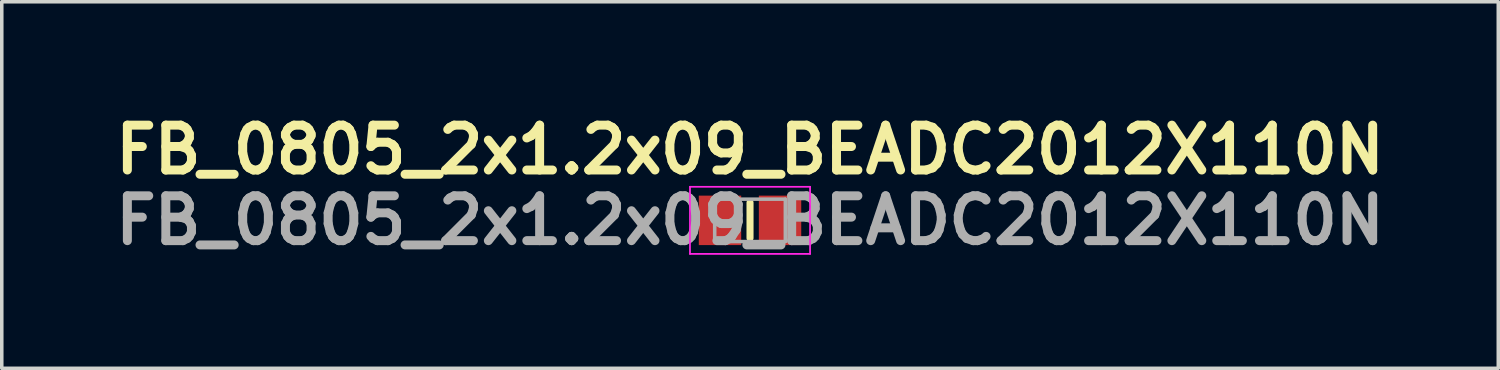
<source format=kicad_pcb>
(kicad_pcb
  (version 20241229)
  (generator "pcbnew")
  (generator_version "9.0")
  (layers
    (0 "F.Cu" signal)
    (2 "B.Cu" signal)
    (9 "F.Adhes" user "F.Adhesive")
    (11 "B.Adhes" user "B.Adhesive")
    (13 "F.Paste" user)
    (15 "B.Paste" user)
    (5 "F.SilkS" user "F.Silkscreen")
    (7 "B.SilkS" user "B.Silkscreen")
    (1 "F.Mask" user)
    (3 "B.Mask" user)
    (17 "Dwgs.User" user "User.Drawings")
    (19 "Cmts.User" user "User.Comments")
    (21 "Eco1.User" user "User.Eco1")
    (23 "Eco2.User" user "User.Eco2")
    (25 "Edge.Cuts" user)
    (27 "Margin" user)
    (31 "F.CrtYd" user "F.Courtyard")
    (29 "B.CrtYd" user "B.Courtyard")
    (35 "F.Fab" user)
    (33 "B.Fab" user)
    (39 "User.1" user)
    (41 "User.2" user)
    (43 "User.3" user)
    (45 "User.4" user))
  (footprint "FB_0805_2x1.2x09_BEADC2012X110N"
    (layer "F.Cu")
    (at 18.185 3.189)
    (property "Reference" "FB_0805_2x1.2x09_BEADC2012X110N" (at 0 -2 0) (layer "F.SilkS") (effects (font (size 1.27 1.27) (thickness 0.254))))
    (attr smd)
    (fp_line (start 0 -0.5) (end 0 0.5) (stroke (width 0.2) (type solid)) (layer "F.SilkS"))
    (fp_line (start -1.7 -0.95) (end 1.7 -0.95) (stroke (width 0.05) (type solid)) (layer "F.CrtYd"))
    (fp_line (start -1.7 0.95) (end -1.7 -0.95) (stroke (width 0.05) (type solid)) (layer "F.CrtYd"))
    (fp_line (start 1.7 -0.95) (end 1.7 0.95) (stroke (width 0.05) (type solid)) (layer "F.CrtYd"))
    (fp_line (start 1.7 0.95) (end -1.7 0.95) (stroke (width 0.05) (type solid)) (layer "F.CrtYd"))
    (fp_line (start -1 -0.6) (end 1 -0.6) (stroke (width 0.1) (type solid)) (layer "F.Fab"))
    (fp_line (start -1 0.6) (end -1 -0.6) (stroke (width 0.1) (type solid)) (layer "F.Fab"))
    (fp_line (start 1 -0.6) (end 1 0.6) (stroke (width 0.1) (type solid)) (layer "F.Fab"))
    (fp_line (start 1 0.6) (end -1 0.6) (stroke (width 0.1) (type solid)) (layer "F.Fab"))
    (fp_text user "${REFERENCE}" (at 0 0 0) (layer "F.Fab") (effects (font (size 1.27 1.27) (thickness 0.254))))
    (pad "1" smd rect (at -0.85 0) (size 1.2 1.4) (layers "F.Cu" "F.Mask" "F.Paste"))
    (pad "2" smd rect (at 0.85 0) (size 1.2 1.4) (layers "F.Cu" "F.Mask" "F.Paste")))
  (gr_rect
    (start -3 -3)
    (end 39.37 7.377)
    (stroke (width 0.1) (type default))
    (fill no)
    (layer "Edge.Cuts")))
</source>
